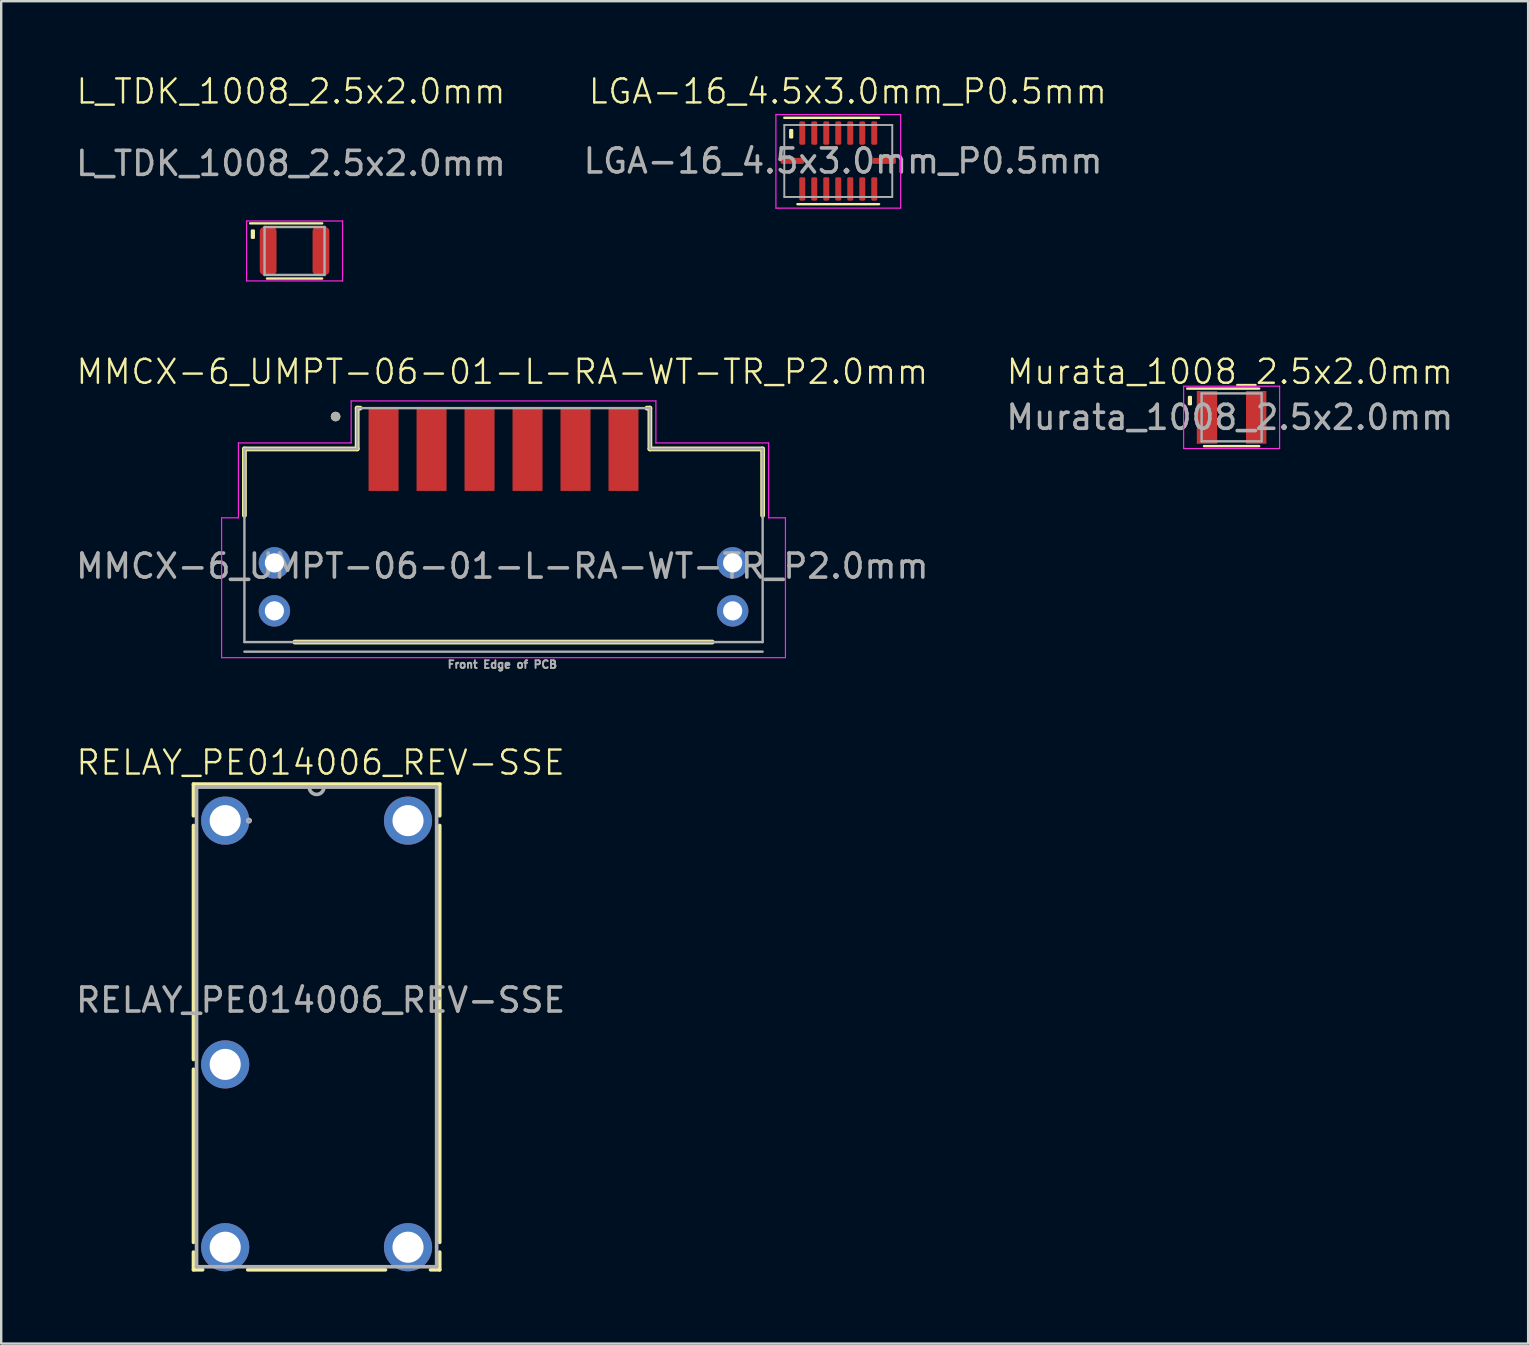
<source format=kicad_pcb>
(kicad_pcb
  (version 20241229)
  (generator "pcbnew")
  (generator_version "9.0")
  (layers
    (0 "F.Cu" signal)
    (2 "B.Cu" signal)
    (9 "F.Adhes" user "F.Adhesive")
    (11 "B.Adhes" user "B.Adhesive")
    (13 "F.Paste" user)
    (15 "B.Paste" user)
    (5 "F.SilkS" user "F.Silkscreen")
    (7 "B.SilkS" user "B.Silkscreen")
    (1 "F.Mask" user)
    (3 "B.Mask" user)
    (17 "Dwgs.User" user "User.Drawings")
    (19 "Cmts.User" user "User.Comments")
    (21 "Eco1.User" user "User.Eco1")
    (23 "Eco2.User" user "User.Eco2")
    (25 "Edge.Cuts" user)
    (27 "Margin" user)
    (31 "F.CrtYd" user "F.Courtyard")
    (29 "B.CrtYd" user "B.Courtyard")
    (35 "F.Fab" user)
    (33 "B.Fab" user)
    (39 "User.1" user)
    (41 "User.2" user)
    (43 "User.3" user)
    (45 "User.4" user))
  (footprint "MMCX-6_UMPT-06-01-L-RA-WT-TR_P2.0mm"
    (layer "F.Cu")
    (at 17.887 18.146)
    (property "Reference" "MMCX-6_UMPT-06-01-L-RA-WT-TR_P2.0mm" (at 0 -5.7 0) (unlocked yes) (layer "F.SilkS") (effects (font (size 1 1) (thickness 0.1))))
    (attr smd)
    (fp_line (start -10.75 -2.485) (end -10.75 0.285) (stroke (width 0.2) (type solid)) (layer "F.SilkS"))
    (fp_line (start -10.75 -2.485) (end -6.05 -2.485) (stroke (width 0.2) (type solid)) (layer "F.SilkS"))
    (fp_line (start -6.05 -4.185) (end -5.925 -4.185) (stroke (width 0.2) (type solid)) (layer "F.SilkS"))
    (fp_line (start -6.05 -2.485) (end -6.05 -4.185) (stroke (width 0.2) (type solid)) (layer "F.SilkS"))
    (fp_line (start 6.025 -4.185) (end 6.15 -4.185) (stroke (width 0.2) (type solid)) (layer "F.SilkS"))
    (fp_line (start 6.15 -4.185) (end 6.15 -2.485) (stroke (width 0.2) (type solid)) (layer "F.SilkS"))
    (fp_line (start 6.15 -2.485) (end 10.85 -2.485) (stroke (width 0.2) (type solid)) (layer "F.SilkS"))
    (fp_line (start 8.75 5.565) (end -8.65 5.565) (stroke (width 0.2) (type solid)) (layer "F.SilkS"))
    (fp_line (start 10.85 -2.485) (end 10.85 0.285) (stroke (width 0.2) (type solid)) (layer "F.SilkS"))
    (fp_circle (center -6.95 -3.835) (end -6.85 -3.835) (stroke (width 0.2) (type solid)) (fill no) (layer "F.SilkS"))
    (fp_poly (pts (xy -11.45 0.635) (xy -9 0.635) (xy -9 2.915) (xy -11.45 2.915)) (stroke (width 0.01) (type solid)) (fill yes) (layer "F.Paste"))
    (fp_poly (pts (xy -11.45 3.615) (xy -9 3.615) (xy -9 5.895) (xy -11.45 5.895)) (stroke (width 0.01) (type solid)) (fill yes) (layer "F.Paste"))
    (fp_poly (pts (xy 9.1 0.635) (xy 11.55 0.635) (xy 11.55 2.915) (xy 9.1 2.915)) (stroke (width 0.01) (type solid)) (fill yes) (layer "F.Paste"))
    (fp_poly (pts (xy 9.1 3.615) (xy 11.55 3.615) (xy 11.55 5.895) (xy 9.1 5.895)) (stroke (width 0.01) (type solid)) (fill yes) (layer "F.Paste"))
    (fp_line (start -11.7 0.385) (end -11.7 6.215) (stroke (width 0.05) (type solid)) (layer "F.CrtYd"))
    (fp_line (start -11.7 6.215) (end 11.8 6.215) (stroke (width 0.05) (type solid)) (layer "F.CrtYd"))
    (fp_line (start -11 -2.735) (end -6.3 -2.735) (stroke (width 0.05) (type solid)) (layer "F.CrtYd"))
    (fp_line (start -11 0.385) (end -11.7 0.385) (stroke (width 0.05) (type solid)) (layer "F.CrtYd"))
    (fp_line (start -11 0.385) (end -11 -2.735) (stroke (width 0.05) (type solid)) (layer "F.CrtYd"))
    (fp_line (start -6.3 -4.485) (end 6.4 -4.485) (stroke (width 0.05) (type solid)) (layer "F.CrtYd"))
    (fp_line (start -6.3 -2.735) (end -6.3 -4.485) (stroke (width 0.05) (type solid)) (layer "F.CrtYd"))
    (fp_line (start 6.4 -4.485) (end 6.4 -2.735) (stroke (width 0.05) (type solid)) (layer "F.CrtYd"))
    (fp_line (start 6.4 -2.735) (end 11.1 -2.735) (stroke (width 0.05) (type solid)) (layer "F.CrtYd"))
    (fp_line (start 11.1 -2.735) (end 11.1 0.385) (stroke (width 0.05) (type solid)) (layer "F.CrtYd"))
    (fp_line (start 11.1 0.385) (end 11.8 0.385) (stroke (width 0.05) (type solid)) (layer "F.CrtYd"))
    (fp_line (start 11.8 0.385) (end 11.8 6.215) (stroke (width 0.05) (type solid)) (layer "F.CrtYd"))
    (fp_line (start -10.75 -2.485) (end -6.05 -2.485) (stroke (width 0.1) (type solid)) (layer "F.Fab"))
    (fp_line (start -10.75 5.565) (end -10.75 -2.485) (stroke (width 0.1) (type solid)) (layer "F.Fab"))
    (fp_line (start -10.75 5.965) (end 10.85 5.965) (stroke (width 0.1) (type solid)) (layer "F.Fab"))
    (fp_line (start -6.05 -4.185) (end 6.15 -4.185) (stroke (width 0.1) (type solid)) (layer "F.Fab"))
    (fp_line (start -6.05 -2.485) (end -6.05 -4.185) (stroke (width 0.1) (type solid)) (layer "F.Fab"))
    (fp_line (start 6.15 -4.185) (end 6.15 -2.485) (stroke (width 0.1) (type solid)) (layer "F.Fab"))
    (fp_line (start 6.15 -2.485) (end 10.85 -2.485) (stroke (width 0.1) (type solid)) (layer "F.Fab"))
    (fp_line (start 10.85 -2.485) (end 10.85 5.565) (stroke (width 0.1) (type solid)) (layer "F.Fab"))
    (fp_line (start 10.85 5.565) (end -10.75 5.565) (stroke (width 0.1) (type solid)) (layer "F.Fab"))
    (fp_circle (center -6.95 -3.835) (end -6.85 -3.835) (stroke (width 0.2) (type solid)) (fill no) (layer "F.Fab"))
    (fp_text user "${REFERENCE}" (at 0 2.4 0) (unlocked yes) (layer "F.Fab") (effects (font (size 1 1) (thickness 0.15))))
    (fp_text user "Front Edge of PCB" (at 0 6.5 0) (layer "F.Fab") (effects (font (size 0.32 0.32) (thickness 0.15))))
    (pad "1" smd rect (at -4.95 -2.485) (size 1.25 3.5) (layers "F.Cu" "F.Mask" "F.Paste"))
    (pad "2" smd rect (at -2.95 -2.485) (size 1.25 3.5) (layers "F.Cu" "F.Mask" "F.Paste"))
    (pad "3" smd rect (at -0.95 -2.485) (size 1.25 3.5) (layers "F.Cu" "F.Mask" "F.Paste"))
    (pad "4" smd rect (at 1.05 -2.485) (size 1.25 3.5) (layers "F.Cu" "F.Mask" "F.Paste"))
    (pad "5" smd rect (at 3.05 -2.485) (size 1.25 3.5) (layers "F.Cu" "F.Mask" "F.Paste"))
    (pad "6" smd rect (at 5.05 -2.485) (size 1.25 3.5) (layers "F.Cu" "F.Mask" "F.Paste"))
    (pad "S1" thru_hole circle (at -9.5 2.265) (size 1.308 1.308) (drill 0.8) (layers "*.Cu" "*.Mask"))
    (pad "S2" thru_hole circle (at -9.5 4.265) (size 1.308 1.308) (drill 0.8) (layers "*.Cu" "*.Mask"))
    (pad "S3" thru_hole circle (at 9.6 2.265) (size 1.308 1.308) (drill 0.8) (layers "*.Cu" "*.Mask"))
    (pad "S4" thru_hole circle (at 9.6 4.265) (size 1.308 1.308) (drill 0.8) (layers "*.Cu" "*.Mask")))
  (footprint "LGA-16_4.5x3.0mm_P0.5mm"
    (layer "F.Cu")
    (at 31.889 3.66)
    (property "Reference" "LGA-16_4.5x3.0mm_P0.5mm" (at 0.4 -2.9 0) (unlocked yes) (layer "F.SilkS") (effects (font (size 1 1) (thickness 0.1))))
    (attr smd)
    (fp_line (start -2.25 -1.8) (end 1.7 -1.8) (stroke (width 0.1) (type default)) (layer "F.SilkS"))
    (fp_line (start -1.7 1.8) (end 1.7 1.8) (stroke (width 0.1) (type default)) (layer "F.SilkS"))
    (fp_rect (start -2 -1.285) (end -1.925 -0.985) (stroke (width 0.1) (type solid)) (fill yes) (layer "F.SilkS"))
    (fp_line (start -2.6 -1.935) (end 2.6 -1.935) (stroke (width 0.05) (type default)) (layer "F.CrtYd"))
    (fp_line (start -2.6 1.965) (end -2.6 -1.935) (stroke (width 0.05) (type default)) (layer "F.CrtYd"))
    (fp_line (start -2.6 1.965) (end -2.5 1.965) (stroke (width 0.05) (type default)) (layer "F.CrtYd"))
    (fp_line (start 2.6 -1.935) (end 2.6 1.865) (stroke (width 0.05) (type default)) (layer "F.CrtYd"))
    (fp_line (start 2.6 1.865) (end 2.6 1.965) (stroke (width 0.05) (type default)) (layer "F.CrtYd"))
    (fp_line (start 2.6 1.965) (end -2.5 1.965) (stroke (width 0.05) (type default)) (layer "F.CrtYd"))
    (fp_line (start -2.25 -1.5) (end -2.25 1.5) (stroke (width 0.08) (type default)) (layer "F.Fab"))
    (fp_line (start -2.25 1.5) (end 2.25 1.5) (stroke (width 0.08) (type default)) (layer "F.Fab"))
    (fp_line (start 2.25 -1.5) (end -2.25 -1.5) (stroke (width 0.08) (type default)) (layer "F.Fab"))
    (fp_line (start 2.25 1.5) (end 2.25 -1.5) (stroke (width 0.08) (type default)) (layer "F.Fab"))
    (fp_text user "${REFERENCE}" (at 0.2 0 0) (unlocked yes) (layer "F.Fab") (effects (font (size 1 1) (thickness 0.15))))
    (pad "1" smd roundrect (at -1.5 -1.165) (size 0.25 0.975) (layers "F.Cu" "F.Mask" "F.Paste") (roundrect_rratio 0.25))
    (pad "2" smd roundrect (at -1 -1.165) (size 0.25 0.975) (layers "F.Cu" "F.Mask" "F.Paste") (roundrect_rratio 0.25))
    (pad "3" smd roundrect (at -0.5 -1.165) (size 0.25 0.975) (layers "F.Cu" "F.Mask" "F.Paste") (roundrect_rratio 0.25))
    (pad "4" smd roundrect (at 0 -1.165) (size 0.25 0.975) (layers "F.Cu" "F.Mask" "F.Paste") (roundrect_rratio 0.25))
    (pad "5" smd roundrect (at 0.5 -1.165) (size 0.25 0.975) (layers "F.Cu" "F.Mask" "F.Paste") (roundrect_rratio 0.25))
    (pad "6" smd roundrect (at 1 -1.165) (size 0.25 0.975) (layers "F.Cu" "F.Mask" "F.Paste") (roundrect_rratio 0.25))
    (pad "7" smd roundrect (at 1.5 -1.165) (size 0.25 0.975) (layers "F.Cu" "F.Mask" "F.Paste") (roundrect_rratio 0.25))
    (pad "8" smd roundrect (at 1.915 -0.005 90) (size 0.25 0.975) (layers "F.Cu" "F.Mask" "F.Paste") (roundrect_rratio 0.25))
    (pad "9" smd roundrect (at 1.5 1.165) (size 0.25 0.975) (layers "F.Cu" "F.Mask" "F.Paste") (roundrect_rratio 0.25))
    (pad "10" smd roundrect (at 1 1.165) (size 0.25 0.975) (layers "F.Cu" "F.Mask" "F.Paste") (roundrect_rratio 0.25))
    (pad "11" smd roundrect (at 0.5 1.165) (size 0.25 0.975) (layers "F.Cu" "F.Mask" "F.Paste") (roundrect_rratio 0.25))
    (pad "12" smd roundrect (at 0 1.165) (size 0.25 0.975) (layers "F.Cu" "F.Mask" "F.Paste") (roundrect_rratio 0.25))
    (pad "13" smd roundrect (at -0.5 1.165) (size 0.25 0.975) (layers "F.Cu" "F.Mask" "F.Paste") (roundrect_rratio 0.25))
    (pad "14" smd roundrect (at -1 1.165) (size 0.25 0.975) (layers "F.Cu" "F.Mask" "F.Paste") (roundrect_rratio 0.25))
    (pad "15" smd roundrect (at -1.5 1.165) (size 0.25 0.975) (layers "F.Cu" "F.Mask" "F.Paste") (roundrect_rratio 0.25))
    (pad "16" smd roundrect (at -1.915 -0.005 90) (size 0.25 0.975) (layers "F.Cu" "F.Mask" "F.Paste") (roundrect_rratio 0.25)))
  (footprint "Murata_1008_2.5x2.0mm"
    (layer "F.Cu")
    (at 48.208 14.346)
    (property "Reference" "Murata_1008_2.5x2.0mm" (at 0 -1.9 0) (unlocked yes) (layer "F.SilkS") (effects (font (size 1 1) (thickness 0.1))))
    (attr smd)
    (fp_line (start -1.775 -1.2) (end 1.225 -1.2) (stroke (width 0.1) (type solid)) (layer "F.SilkS"))
    (fp_line (start 1.225 1.2) (end -1.075 1.2) (stroke (width 0.1) (type solid)) (layer "F.SilkS"))
    (fp_rect (start -1.7 -0.85) (end -1.625 -0.55) (stroke (width 0.1) (type solid)) (fill yes) (layer "F.SilkS"))
    (fp_line (start -1.925 -1.3) (end 2.075 -1.3) (stroke (width 0.05) (type solid)) (layer "F.CrtYd"))
    (fp_line (start -1.925 1.3) (end -1.925 -1.3) (stroke (width 0.05) (type solid)) (layer "F.CrtYd"))
    (fp_line (start 2.075 -1.3) (end 2.075 1.3) (stroke (width 0.05) (type solid)) (layer "F.CrtYd"))
    (fp_line (start 2.075 1.3) (end -1.925 1.3) (stroke (width 0.05) (type solid)) (layer "F.CrtYd"))
    (fp_line (start -1.175 -1) (end 1.325 -1) (stroke (width 0.1) (type solid)) (layer "F.Fab"))
    (fp_line (start -1.175 1) (end -1.175 -1) (stroke (width 0.1) (type solid)) (layer "F.Fab"))
    (fp_line (start 1.325 -1) (end 1.325 1) (stroke (width 0.1) (type solid)) (layer "F.Fab"))
    (fp_line (start 1.325 1) (end -1.175 1) (stroke (width 0.1) (type solid)) (layer "F.Fab"))
    (fp_text user "${REFERENCE}" (at 0 0 0) (unlocked yes) (layer "F.Fab") (effects (font (size 1 1) (thickness 0.15))))
    (pad "1" smd rect (at -0.95 0) (size 0.85 2.2) (layers "F.Cu" "F.Mask" "F.Paste"))
    (pad "2" smd rect (at 1.1 0) (size 0.85 2.2) (layers "F.Cu" "F.Mask" "F.Paste")))
  (footprint "L_TDK_1008_2.5x2.0mm"
    (layer "F.Cu")
    (at 9.077 1.26)
    (property "Reference" "L_TDK_1008_2.5x2.0mm" (at 0 -0.5 0) (unlocked yes) (layer "F.SilkS") (effects (font (size 1 1) (thickness 0.1))))
    (attr smd)
    (fp_line (start -1.7 5) (end 1.3 5) (stroke (width 0.1) (type solid)) (layer "F.SilkS"))
    (fp_line (start 1.3 7.3) (end -1 7.3) (stroke (width 0.1) (type solid)) (layer "F.SilkS"))
    (fp_rect (start -1.625 5.3) (end -1.55 5.6) (stroke (width 0.1) (type solid)) (fill yes) (layer "F.SilkS"))
    (fp_line (start -1.85 4.9) (end 2.15 4.9) (stroke (width 0.05) (type solid)) (layer "F.CrtYd"))
    (fp_line (start -1.85 7.4) (end -1.85 4.9) (stroke (width 0.05) (type solid)) (layer "F.CrtYd"))
    (fp_line (start 2.15 4.9) (end 2.15 7.4) (stroke (width 0.05) (type solid)) (layer "F.CrtYd"))
    (fp_line (start 2.15 7.4) (end -1.85 7.4) (stroke (width 0.05) (type solid)) (layer "F.CrtYd"))
    (fp_line (start -1.1 5.15) (end 1.4 5.15) (stroke (width 0.1) (type solid)) (layer "F.Fab"))
    (fp_line (start -1.1 7.15) (end -1.1 5.15) (stroke (width 0.1) (type solid)) (layer "F.Fab"))
    (fp_line (start 1.4 5.15) (end 1.4 7.15) (stroke (width 0.1) (type solid)) (layer "F.Fab"))
    (fp_line (start 1.4 7.15) (end -1.1 7.15) (stroke (width 0.1) (type solid)) (layer "F.Fab"))
    (fp_text user "${REFERENCE}" (at 0 2.5 0) (unlocked yes) (layer "F.Fab") (effects (font (size 1 1) (thickness 0.15))))
    (pad "1" smd roundrect (at -0.95 6.15) (size 0.7 2) (layers "F.Cu" "F.Mask" "F.Paste") (roundrect_rratio 0.25))
    (pad "2" smd roundrect (at 1.25 6.15) (size 0.7 2) (layers "F.Cu" "F.Mask" "F.Paste") (roundrect_rratio 0.25)))
  (footprint "RELAY_PE014006_REV-SSE"
    (layer "F.Cu")
    (at 10.315 38.434)
    (property "Reference" "RELAY_PE014006_REV-SSE" (at 0 -9.7 0) (unlocked yes) (layer "F.SilkS") (effects (font (size 1 1) (thickness 0.1))))
    (attr smd)
    (fp_line (start -5.3 -8.804) (end -5.3 -7.483) (stroke (width 0.152) (type solid)) (layer "F.SilkS"))
    (fp_line (start -5.3 -7.077) (end -5.3 2.677) (stroke (width 0.152) (type solid)) (layer "F.SilkS"))
    (fp_line (start -5.3 3.083) (end -5.3 10.297) (stroke (width 0.152) (type solid)) (layer "F.SilkS"))
    (fp_line (start -5.3 10.703) (end -5.3 11.44) (stroke (width 0.152) (type solid)) (layer "F.SilkS"))
    (fp_line (start -5.3 11.44) (end -4.919 11.44) (stroke (width 0.152) (type solid)) (layer "F.SilkS"))
    (fp_line (start -3.039 11.44) (end 2.701 11.44) (stroke (width 0.152) (type solid)) (layer "F.SilkS"))
    (fp_line (start 4.581 11.44) (end 4.962 11.44) (stroke (width 0.152) (type solid)) (layer "F.SilkS"))
    (fp_line (start 4.962 -8.804) (end -5.3 -8.804) (stroke (width 0.152) (type solid)) (layer "F.SilkS"))
    (fp_line (start 4.962 -7.483) (end 4.962 -8.804) (stroke (width 0.152) (type solid)) (layer "F.SilkS"))
    (fp_line (start 4.962 10.297) (end 4.962 -7.077) (stroke (width 0.152) (type solid)) (layer "F.SilkS"))
    (fp_line (start 4.962 11.44) (end 4.962 10.703) (stroke (width 0.152) (type solid)) (layer "F.SilkS"))
    (fp_line (start -5.173 -8.677) (end -5.173 11.313) (stroke (width 0.152) (type solid)) (layer "F.Fab"))
    (fp_line (start -5.173 11.313) (end 4.835 11.313) (stroke (width 0.152) (type solid)) (layer "F.Fab"))
    (fp_line (start -0.474 -8.677) (end -5.173 -8.677) (stroke (width 0.152) (type solid)) (layer "F.Fab"))
    (fp_line (start 0.136 -8.677) (end -0.474 -8.677) (stroke (width 0.152) (type solid)) (layer "F.Fab"))
    (fp_line (start 4.835 -8.677) (end 0.136 -8.677) (stroke (width 0.152) (type solid)) (layer "F.Fab"))
    (fp_line (start 4.835 11.313) (end 4.835 -8.677) (stroke (width 0.152) (type solid)) (layer "F.Fab"))
    (fp_arc (start -3.0648 -7.28) (mid -2.9886 -7.3562) (end -2.9124 -7.28) (stroke (width 0.1) (type solid)) (layer "F.Fab"))
    (fp_arc (start -2.9124 -7.28) (mid -2.9886 -7.2038) (end -3.0648 -7.28) (stroke (width 0.1) (type solid)) (layer "F.Fab"))
    (fp_arc (start 0.1356 -8.677) (mid -0.1692 -8.3722) (end -0.474 -8.677) (stroke (width 0.1524) (type solid)) (layer "F.Fab"))
    (fp_text user "${REFERENCE}" (at 0 0.2 0) (unlocked yes) (layer "F.Fab") (effects (font (size 1 1) (thickness 0.15))))
    (pad "1" thru_hole circle (at -3.979 -7.28) (size 2.007 2.007) (drill 1.295) (layers "*.Cu" "*.Mask"))
    (pad "5" thru_hole circle (at 3.641 -7.28) (size 2.007 2.007) (drill 1.295) (layers "*.Cu" "*.Mask"))
    (pad "11" thru_hole circle (at -3.979 2.88) (size 2.007 2.007) (drill 1.295) (layers "*.Cu" "*.Mask"))
    (pad "12" thru_hole circle (at 3.641 10.5 180) (size 2.007 2.007) (drill 1.295) (layers "*.Cu" "*.Mask"))
    (pad "14" thru_hole circle (at -3.979 10.5) (size 2.007 2.007) (drill 1.295) (layers "*.Cu" "*.Mask")))
  (gr_rect
    (start -3 -3)
    (end 60.643 52.95)
    (stroke (width 0.1) (type default))
    (fill no)
    (layer "Edge.Cuts")))
</source>
